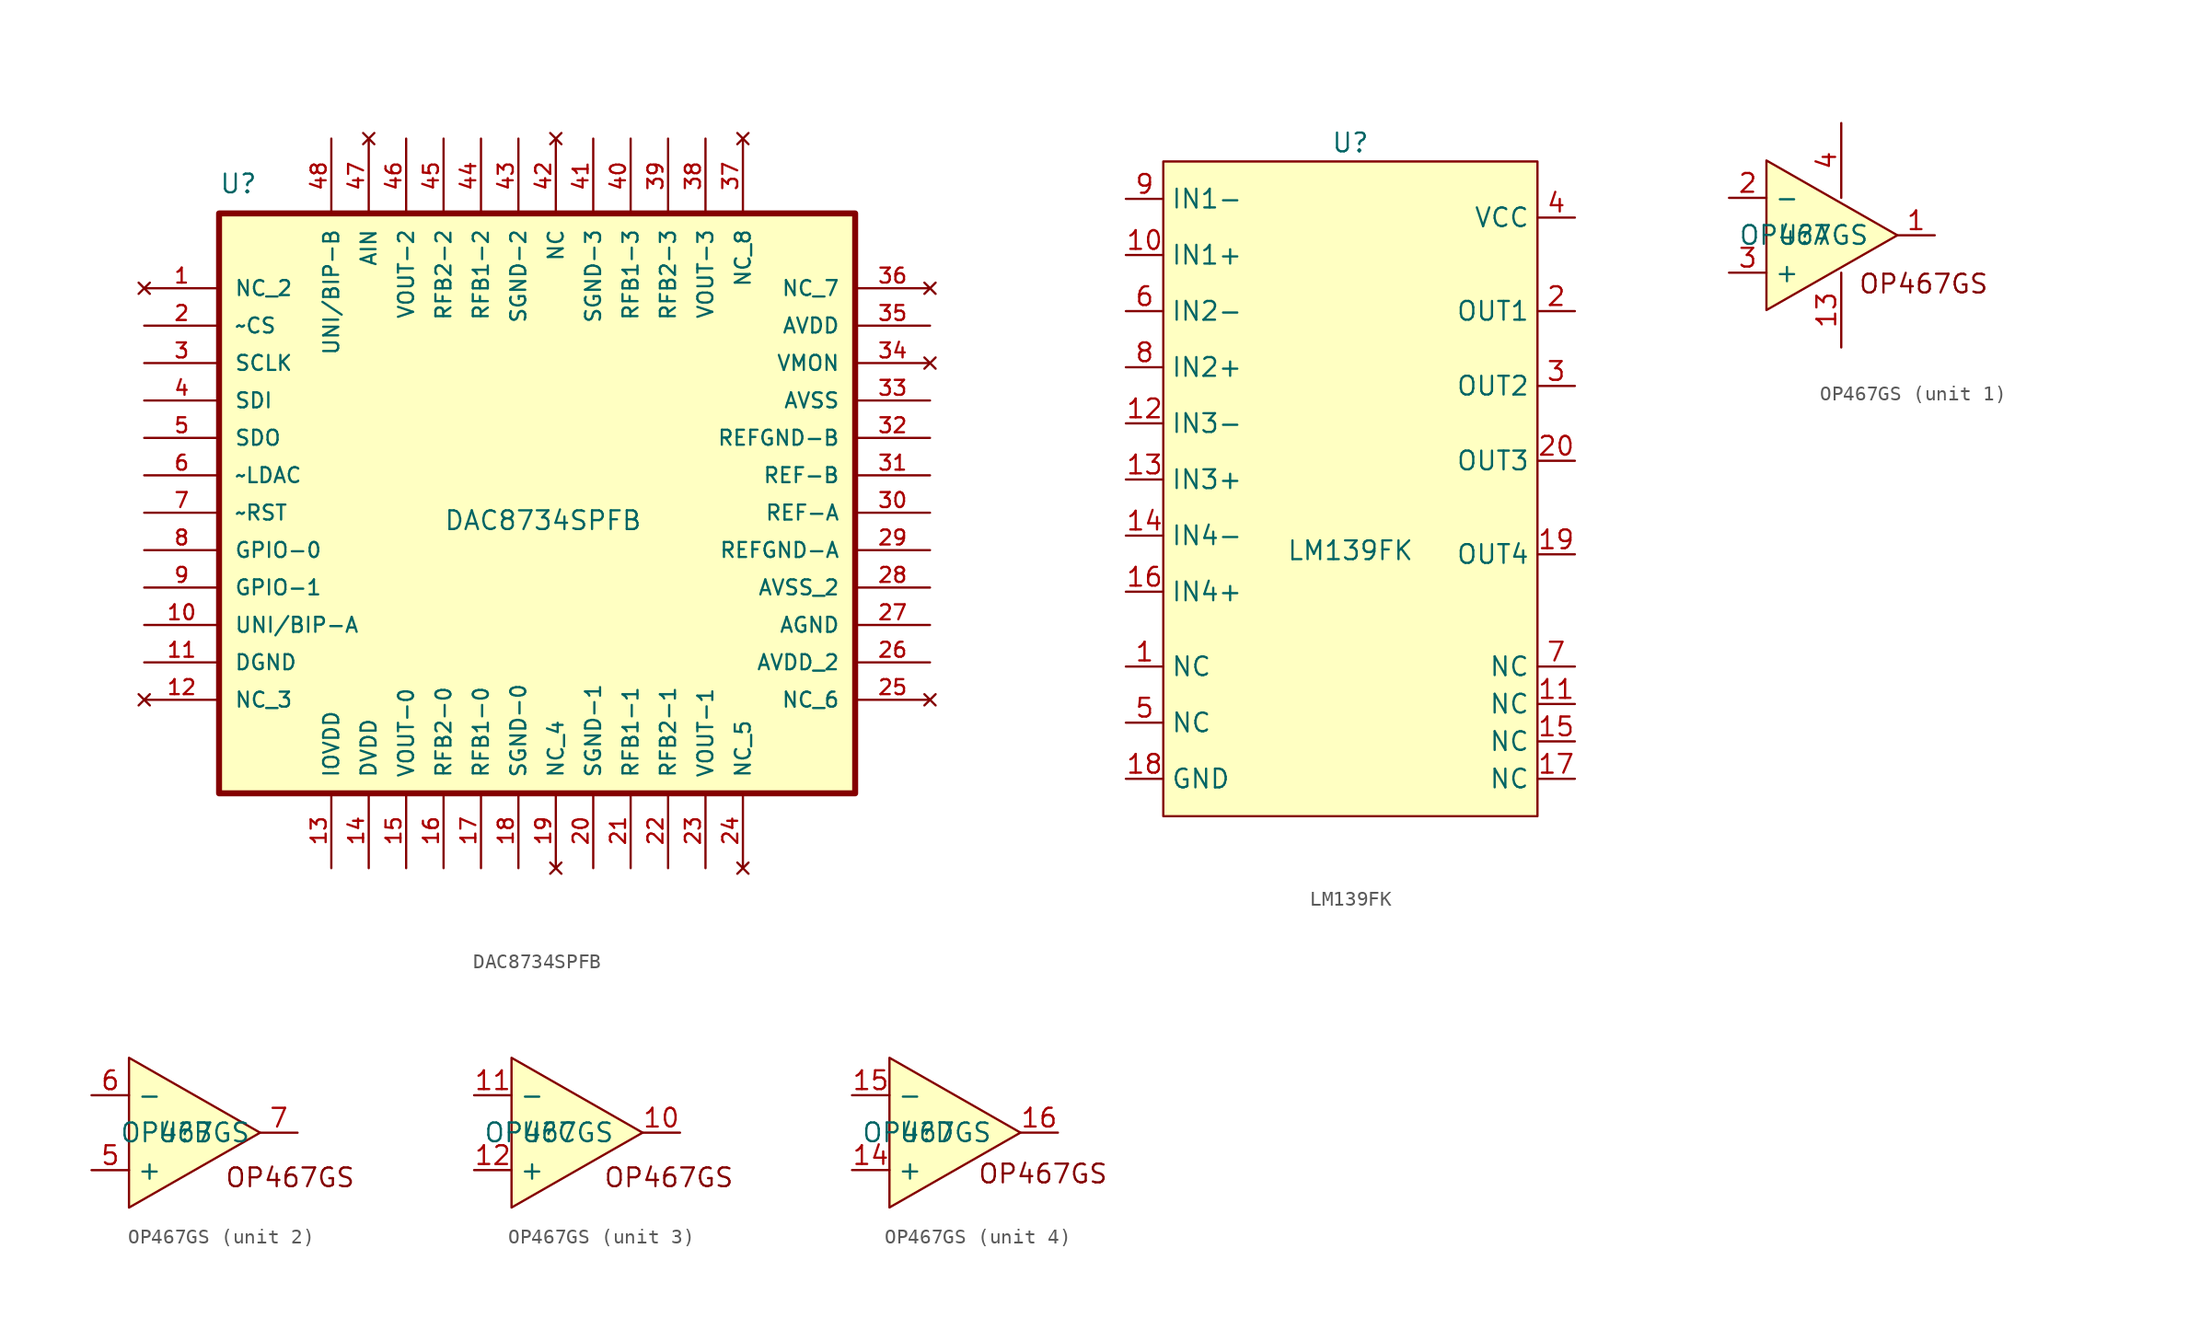
<source format=kicad_sym>
(kicad_symbol_lib
  (version 20241209)
  (generator "kicad_symbol_editor")
  (generator_version "9.0")
  (symbol "DAC8734SPFB"
    (pin_names
      (offset 1.016))
    (property "Reference" "U"
      (at -21.59 21.59 0)
      (effects (font (size 1.27 1.27)) (justify left bottom)))
    (property "Value" "DAC8734SPFB"
      (at -6.35 -1.27 0)
      (effects (font (size 1.27 1.27)) (justify left bottom)))
    (symbol "DAC8734SPFB_0_0"
      (rectangle (start -21.59 20.32) (end 21.59 -19.05) (stroke (width 0.406) (type default)) (fill (type background)))
      (pin no_connect line (at -26.67 15.24 0) (length 5.08) (name "NC_2" (effects (font (size 1.016 1.016)))) (number "1" (effects (font (size 1.016 1.016)))))
      (pin input line (at -26.67 12.7 0) (length 5.08) (name "~CS" (effects (font (size 1.016 1.016)))) (number "2" (effects (font (size 1.016 1.016)))))
      (pin input line (at -26.67 10.16 0) (length 5.08) (name "SCLK" (effects (font (size 1.016 1.016)))) (number "3" (effects (font (size 1.016 1.016)))))
      (pin input line (at -26.67 7.62 0) (length 5.08) (name "SDI" (effects (font (size 1.016 1.016)))) (number "4" (effects (font (size 1.016 1.016)))))
      (pin output line (at -26.67 5.08 0) (length 5.08) (name "SDO" (effects (font (size 1.016 1.016)))) (number "5" (effects (font (size 1.016 1.016)))))
      (pin input line (at -26.67 2.54 0) (length 5.08) (name "~LDAC" (effects (font (size 1.016 1.016)))) (number "6" (effects (font (size 1.016 1.016)))))
      (pin input line (at -26.67 0 0) (length 5.08) (name "~RST" (effects (font (size 1.016 1.016)))) (number "7" (effects (font (size 1.016 1.016)))))
      (pin bidirectional line (at -26.67 -2.54 0) (length 5.08) (name "GPIO-0" (effects (font (size 1.016 1.016)))) (number "8" (effects (font (size 1.016 1.016)))))
      (pin bidirectional line (at -26.67 -5.08 0) (length 5.08) (name "GPIO-1" (effects (font (size 1.016 1.016)))) (number "9" (effects (font (size 1.016 1.016)))))
      (pin input line (at -26.67 -7.62 0) (length 5.08) (name "UNI/BIP-A" (effects (font (size 1.016 1.016)))) (number "10" (effects (font (size 1.016 1.016)))))
      (pin passive line (at -26.67 -10.16 0) (length 5.08) (name "DGND" (effects (font (size 1.016 1.016)))) (number "11" (effects (font (size 1.016 1.016)))))
      (pin no_connect line (at -26.67 -12.7 0) (length 5.08) (name "NC_3" (effects (font (size 1.016 1.016)))) (number "12" (effects (font (size 1.016 1.016)))))
      (pin input line (at -13.97 25.4 270) (length 5.08) (name "UNI/BIP-B" (effects (font (size 1.016 1.016)))) (number "48" (effects (font (size 1.016 1.016)))))
      (pin power_in line (at -13.97 -24.13 90) (length 5.08) (name "IOVDD" (effects (font (size 1.016 1.016)))) (number "13" (effects (font (size 1.016 1.016)))))
      (pin power_in line (at -11.43 -24.13 90) (length 5.08) (name "DVDD" (effects (font (size 1.016 1.016)))) (number "14" (effects (font (size 1.016 1.016)))))
      (pin output line (at -8.89 25.4 270) (length 5.08) (name "VOUT-2" (effects (font (size 1.016 1.016)))) (number "46" (effects (font (size 1.016 1.016)))))
      (pin output line (at -8.89 -24.13 90) (length 5.08) (name "VOUT-0" (effects (font (size 1.016 1.016)))) (number "15" (effects (font (size 1.016 1.016)))))
      (pin passive line (at -6.35 25.4 270) (length 5.08) (name "RFB2-2" (effects (font (size 1.016 1.016)))) (number "45" (effects (font (size 1.016 1.016)))))
      (pin passive line (at -6.35 -24.13 90) (length 5.08) (name "RFB2-0" (effects (font (size 1.016 1.016)))) (number "16" (effects (font (size 1.016 1.016)))))
      (pin passive line (at -3.81 25.4 270) (length 5.08) (name "RFB1-2" (effects (font (size 1.016 1.016)))) (number "44" (effects (font (size 1.016 1.016)))))
      (pin passive line (at -3.81 -24.13 90) (length 5.08) (name "RFB1-0" (effects (font (size 1.016 1.016)))) (number "17" (effects (font (size 1.016 1.016)))))
      (pin passive line (at -1.27 25.4 270) (length 5.08) (name "SGND-2" (effects (font (size 1.016 1.016)))) (number "43" (effects (font (size 1.016 1.016)))))
      (pin passive line (at -1.27 -24.13 90) (length 5.08) (name "SGND-0" (effects (font (size 1.016 1.016)))) (number "18" (effects (font (size 1.016 1.016)))))
      (pin no_connect line (at 1.27 25.4 270) (length 5.08) (name "NC" (effects (font (size 1.016 1.016)))) (number "42" (effects (font (size 1.016 1.016)))))
      (pin no_connect line (at 1.27 -24.13 90) (length 5.08) (name "NC_4" (effects (font (size 1.016 1.016)))) (number "19" (effects (font (size 1.016 1.016)))))
      (pin passive line (at 3.81 25.4 270) (length 5.08) (name "SGND-3" (effects (font (size 1.016 1.016)))) (number "41" (effects (font (size 1.016 1.016)))))
      (pin passive line (at 3.81 -24.13 90) (length 5.08) (name "SGND-1" (effects (font (size 1.016 1.016)))) (number "20" (effects (font (size 1.016 1.016)))))
      (pin passive line (at 6.35 25.4 270) (length 5.08) (name "RFB1-3" (effects (font (size 1.016 1.016)))) (number "40" (effects (font (size 1.016 1.016)))))
      (pin passive line (at 6.35 -24.13 90) (length 5.08) (name "RFB1-1" (effects (font (size 1.016 1.016)))) (number "21" (effects (font (size 1.016 1.016)))))
      (pin passive line (at 8.89 25.4 270) (length 5.08) (name "RFB2-3" (effects (font (size 1.016 1.016)))) (number "39" (effects (font (size 1.016 1.016)))))
      (pin passive line (at 8.89 -24.13 90) (length 5.08) (name "RFB2-1" (effects (font (size 1.016 1.016)))) (number "22" (effects (font (size 1.016 1.016)))))
      (pin output line (at 11.43 25.4 270) (length 5.08) (name "VOUT-3" (effects (font (size 1.016 1.016)))) (number "38" (effects (font (size 1.016 1.016)))))
      (pin output line (at 11.43 -24.13 90) (length 5.08) (name "VOUT-1" (effects (font (size 1.016 1.016)))) (number "23" (effects (font (size 1.016 1.016)))))
      (pin no_connect line (at 13.97 25.4 270) (length 5.08) (name "NC_8" (effects (font (size 1.016 1.016)))) (number "37" (effects (font (size 1.016 1.016)))))
      (pin no_connect line (at 13.97 -24.13 90) (length 5.08) (name "NC_5" (effects (font (size 1.016 1.016)))) (number "24" (effects (font (size 1.016 1.016)))))
      (pin no_connect line (at 26.67 15.24 180) (length 5.08) (name "NC_7" (effects (font (size 1.016 1.016)))) (number "36" (effects (font (size 1.016 1.016)))))
      (pin power_in line (at 26.67 12.7 180) (length 5.08) (name "AVDD" (effects (font (size 1.016 1.016)))) (number "35" (effects (font (size 1.016 1.016)))))
      (pin power_in line (at 26.67 7.62 180) (length 5.08) (name "AVSS" (effects (font (size 1.016 1.016)))) (number "33" (effects (font (size 1.016 1.016)))))
      (pin passive line (at 26.67 5.08 180) (length 5.08) (name "REFGND-B" (effects (font (size 1.016 1.016)))) (number "32" (effects (font (size 1.016 1.016)))))
      (pin input line (at 26.67 2.54 180) (length 5.08) (name "REF-B" (effects (font (size 1.016 1.016)))) (number "31" (effects (font (size 1.016 1.016)))))
      (pin input line (at 26.67 0 180) (length 5.08) (name "REF-A" (effects (font (size 1.016 1.016)))) (number "30" (effects (font (size 1.016 1.016)))))
      (pin passive line (at 26.67 -2.54 180) (length 5.08) (name "REFGND-A" (effects (font (size 1.016 1.016)))) (number "29" (effects (font (size 1.016 1.016)))))
      (pin power_in line (at 26.67 -5.08 180) (length 5.08) (name "AVSS_2" (effects (font (size 1.016 1.016)))) (number "28" (effects (font (size 1.016 1.016)))))
      (pin passive line (at 26.67 -7.62 180) (length 5.08) (name "AGND" (effects (font (size 1.016 1.016)))) (number "27" (effects (font (size 1.016 1.016)))))
      (pin power_in line (at 26.67 -10.16 180) (length 5.08) (name "AVDD_2" (effects (font (size 1.016 1.016)))) (number "26" (effects (font (size 1.016 1.016)))))
      (pin no_connect line (at 26.67 -12.7 180) (length 5.08) (name "NC_6" (effects (font (size 1.016 1.016)))) (number "25" (effects (font (size 1.016 1.016))))))
    (symbol "DAC8734SPFB_1_0"
      (pin no_connect line (at -11.43 25.4 270) (length 5.08) (name "AIN" (effects (font (size 1.016 1.016)))) (number "47" (effects (font (size 1.016 1.016)))))
      (pin no_connect line (at 26.67 10.16 180) (length 5.08) (name "VMON" (effects (font (size 1.016 1.016)))) (number "34" (effects (font (size 1.016 1.016)))))))
  (symbol "LM139FK"
    (property "Reference" "U"
      (at 0 24.13 0)
      (effects (font (size 1.27 1.27))))
    (property "Value" "LM139FK"
      (at 0 -3.556 0)
      (effects (font (size 1.27 1.27))))
    (symbol "LM139FK_1_1"
      (rectangle (start -12.7 22.86) (end 12.7 -21.59) (stroke (width 0) (type default)) (fill (type background)))
      (pin passive line (at -15.24 20.32 0) (length 2.54) (name "IN1-" (effects (font (size 1.27 1.27)))) (number "9" (effects (font (size 1.27 1.27)))))
      (pin passive line (at -15.24 16.51 0) (length 2.54) (name "IN1+" (effects (font (size 1.27 1.27)))) (number "10" (effects (font (size 1.27 1.27)))))
      (pin passive line (at -15.24 12.7 0) (length 2.54) (name "IN2-" (effects (font (size 1.27 1.27)))) (number "6" (effects (font (size 1.27 1.27)))))
      (pin passive line (at -15.24 8.89 0) (length 2.54) (name "IN2+" (effects (font (size 1.27 1.27)))) (number "8" (effects (font (size 1.27 1.27)))))
      (pin passive line (at -15.24 5.08 0) (length 2.54) (name "IN3-" (effects (font (size 1.27 1.27)))) (number "12" (effects (font (size 1.27 1.27)))))
      (pin passive line (at -15.24 1.27 0) (length 2.54) (name "IN3+" (effects (font (size 1.27 1.27)))) (number "13" (effects (font (size 1.27 1.27)))))
      (pin passive line (at -15.24 -2.54 0) (length 2.54) (name "IN4-" (effects (font (size 1.27 1.27)))) (number "14" (effects (font (size 1.27 1.27)))))
      (pin passive line (at -15.24 -6.35 0) (length 2.54) (name "IN4+" (effects (font (size 1.27 1.27)))) (number "16" (effects (font (size 1.27 1.27)))))
      (pin passive line (at -15.24 -11.43 0) (length 2.54) (name "NC" (effects (font (size 1.27 1.27)))) (number "1" (effects (font (size 1.27 1.27)))))
      (pin passive line (at -15.24 -15.24 0) (length 2.54) (name "NC" (effects (font (size 1.27 1.27)))) (number "5" (effects (font (size 1.27 1.27)))))
      (pin passive line (at -15.24 -19.05 0) (length 2.54) (name "GND" (effects (font (size 1.27 1.27)))) (number "18" (effects (font (size 1.27 1.27)))))
      (pin passive line (at 15.24 19.05 180) (length 2.54) (name "VCC" (effects (font (size 1.27 1.27)))) (number "4" (effects (font (size 1.27 1.27)))))
      (pin passive line (at 15.24 12.7 180) (length 2.54) (name "OUT1" (effects (font (size 1.27 1.27)))) (number "2" (effects (font (size 1.27 1.27)))))
      (pin passive line (at 15.24 7.62 180) (length 2.54) (name "OUT2" (effects (font (size 1.27 1.27)))) (number "3" (effects (font (size 1.27 1.27)))))
      (pin passive line (at 15.24 2.54 180) (length 2.54) (name "OUT3" (effects (font (size 1.27 1.27)))) (number "20" (effects (font (size 1.27 1.27)))))
      (pin passive line (at 15.24 -3.81 180) (length 2.54) (name "OUT4" (effects (font (size 1.27 1.27)))) (number "19" (effects (font (size 1.27 1.27)))))
      (pin passive line (at 15.24 -11.43 180) (length 2.54) (name "NC" (effects (font (size 1.27 1.27)))) (number "7" (effects (font (size 1.27 1.27)))))
      (pin passive line (at 15.24 -13.97 180) (length 2.54) (name "NC" (effects (font (size 1.27 1.27)))) (number "11" (effects (font (size 1.27 1.27)))))
      (pin passive line (at 15.24 -16.51 180) (length 2.54) (name "NC" (effects (font (size 1.27 1.27)))) (number "15" (effects (font (size 1.27 1.27)))))
      (pin passive line (at 15.24 -19.05 180) (length 2.54) (name "NC" (effects (font (size 1.27 1.27)))) (number "17" (effects (font (size 1.27 1.27)))))))
  (symbol "OP467GS"
    (property "Reference" "U"
      (at 0 0 0)
      (effects (font (size 1.27 1.27))))
    (property "Value" "OP467GS"
      (at 0 0 0)
      (effects (font (size 1.27 1.27))))
    (property "ki_locked" ""
      (at 0 0 0)
      (effects (font (size 1.27 1.27))))
    (symbol "OP467GS_1_1"
      (polyline (pts (xy -2.54 0) (xy -2.54 5.08) (xy 6.35 0) (xy -2.54 -5.08) (xy -2.54 0) (xy -2.54 0)) (stroke (width 0) (type default)) (fill (type background)))
      (text "OP467GS" (at 8.128 -3.302 0) (effects (font (size 1.27 1.27))))
      (pin input line (at -5.08 2.54 0) (length 2.54) (name "-" (effects (font (size 1.27 1.27)))) (number "2" (effects (font (size 1.27 1.27)))))
      (pin input line (at -5.08 -2.54 0) (length 2.54) (name "+" (effects (font (size 1.27 1.27)))) (number "3" (effects (font (size 1.27 1.27)))))
      (pin passive line (at 2.54 7.62 270) (length 5.08) (name "" (effects (font (size 1.27 1.27)))) (number "4" (effects (font (size 1.27 1.27)))))
      (pin passive line (at 2.54 -7.62 90) (length 5.08) (name "" (effects (font (size 1.27 1.27)))) (number "13" (effects (font (size 1.27 1.27)))))
      (pin output line (at 8.89 0 180) (length 2.54) (name "" (effects (font (size 1.27 1.27)))) (number "1" (effects (font (size 1.27 1.27)))))
      (pin no_connect line (at 17.78 10.16 0) (length 2.54) (hide yes) (name "NC" (effects (font (size 1.27 1.27)))) (number "8" (effects (font (size 1.27 1.27)))))
      (pin no_connect line (at 17.78 7.62 0) (length 2.54) (hide yes) (name "NC" (effects (font (size 1.27 1.27)))) (number "9" (effects (font (size 1.27 1.27))))))
    (symbol "OP467GS_2_1"
      (polyline (pts (xy -3.81 0) (xy -3.81 5.08) (xy 5.08 0) (xy -3.81 -5.08) (xy -3.81 0) (xy -3.81 0)) (stroke (width 0) (type default)) (fill (type background)))
      (text "OP467GS" (at 7.112 -3.048 0) (effects (font (size 1.27 1.27))))
      (pin input line (at -6.35 2.54 0) (length 2.54) (name "-" (effects (font (size 1.27 1.27)))) (number "6" (effects (font (size 1.27 1.27)))))
      (pin input line (at -6.35 -2.54 0) (length 2.54) (name "+" (effects (font (size 1.27 1.27)))) (number "5" (effects (font (size 1.27 1.27)))))
      (pin output line (at 7.62 0 180) (length 2.54) (name "" (effects (font (size 1.27 1.27)))) (number "7" (effects (font (size 1.27 1.27))))))
    (symbol "OP467GS_3_1"
      (polyline (pts (xy -2.54 0) (xy -2.54 5.08) (xy 6.35 0) (xy -2.54 -5.08) (xy -2.54 0) (xy -2.54 0)) (stroke (width 0) (type default)) (fill (type background)))
      (text "OP467GS" (at 8.128 -3.048 0) (effects (font (size 1.27 1.27))))
      (pin input line (at -5.08 2.54 0) (length 2.54) (name "-" (effects (font (size 1.27 1.27)))) (number "11" (effects (font (size 1.27 1.27)))))
      (pin input line (at -5.08 -2.54 0) (length 2.54) (name "+" (effects (font (size 1.27 1.27)))) (number "12" (effects (font (size 1.27 1.27)))))
      (pin output line (at 8.89 0 180) (length 2.54) (name "" (effects (font (size 1.27 1.27)))) (number "10" (effects (font (size 1.27 1.27))))))
    (symbol "OP467GS_4_1"
      (polyline (pts (xy -2.54 0) (xy -2.54 5.08) (xy 6.35 0) (xy -2.54 -5.08) (xy -2.54 0) (xy -2.54 0)) (stroke (width 0) (type default)) (fill (type background)))
      (text "OP467GS" (at 7.874 -2.794 0) (effects (font (size 1.27 1.27))))
      (pin input line (at -5.08 2.54 0) (length 2.54) (name "-" (effects (font (size 1.27 1.27)))) (number "15" (effects (font (size 1.27 1.27)))))
      (pin input line (at -5.08 -2.54 0) (length 2.54) (name "+" (effects (font (size 1.27 1.27)))) (number "14" (effects (font (size 1.27 1.27)))))
      (pin output line (at 8.89 0 180) (length 2.54) (name "" (effects (font (size 1.27 1.27)))) (number "16" (effects (font (size 1.27 1.27))))))))
</source>
